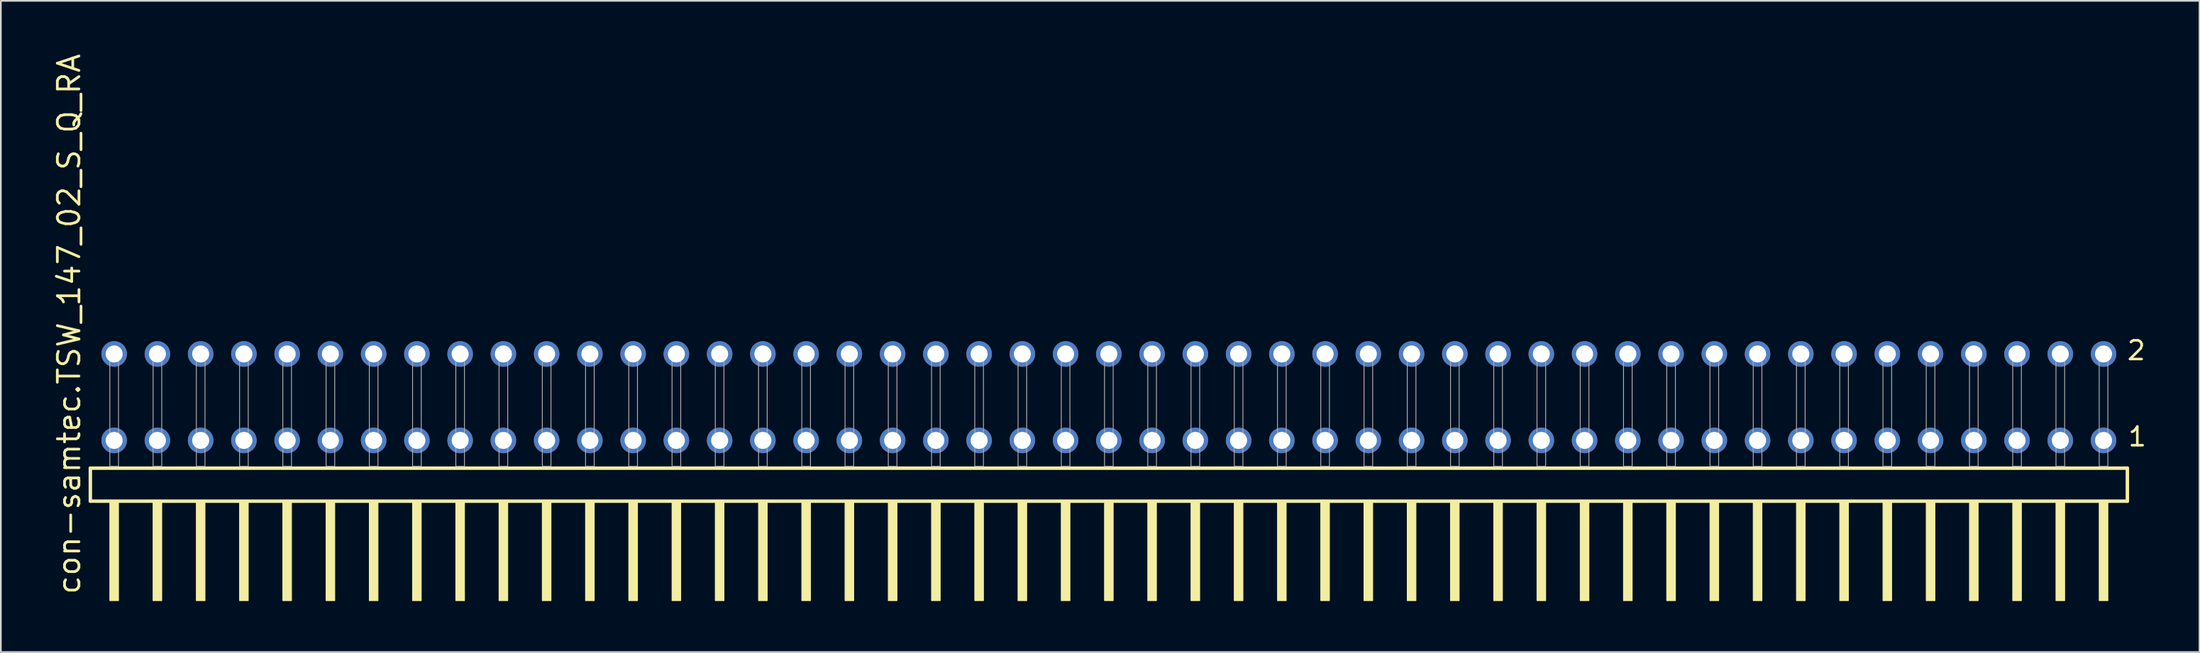
<source format=kicad_pcb>
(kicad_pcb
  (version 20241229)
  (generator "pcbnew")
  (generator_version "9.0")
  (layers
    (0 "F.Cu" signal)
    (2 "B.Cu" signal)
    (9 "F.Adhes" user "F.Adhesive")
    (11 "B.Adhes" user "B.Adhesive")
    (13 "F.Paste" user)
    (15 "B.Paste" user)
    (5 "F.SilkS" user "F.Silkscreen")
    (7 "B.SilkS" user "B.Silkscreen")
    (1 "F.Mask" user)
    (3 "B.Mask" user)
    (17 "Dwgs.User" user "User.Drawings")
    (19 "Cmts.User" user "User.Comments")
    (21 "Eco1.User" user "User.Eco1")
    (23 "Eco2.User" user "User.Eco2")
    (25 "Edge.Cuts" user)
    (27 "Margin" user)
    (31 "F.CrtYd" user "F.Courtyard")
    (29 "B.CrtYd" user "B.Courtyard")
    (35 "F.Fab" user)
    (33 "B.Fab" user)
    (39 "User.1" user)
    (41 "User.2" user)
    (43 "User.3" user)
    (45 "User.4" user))
  (footprint "con-samtec.TSW_147_02_S_Q_RA"
    (layer "F.Cu")
    (at 62.075 24.356)
    (property "Reference" "con-samtec.TSW_147_02_S_Q_RA" (at -60.325 7.62 90) (layer "F.SilkS") (effects (font (size 1.27 1.27) (thickness 0.16)) (justify left bottom)))
    (attr through_hole)
    (fp_line (start -59.819 0.106) (end -59.819 2.046) (stroke (width 0.203) (type default)) (layer "F.SilkS"))
    (fp_line (start -59.819 2.046) (end 59.819 2.046) (stroke (width 0.203) (type default)) (layer "F.SilkS"))
    (fp_line (start 59.819 0.106) (end -59.819 0.106) (stroke (width 0.203) (type default)) (layer "F.SilkS"))
    (fp_line (start 59.819 2.046) (end 59.819 0.106) (stroke (width 0.203) (type default)) (layer "F.SilkS"))
    (fp_rect (start -58.674 7.89) (end -58.166 2.04) (stroke (width 0.05) (type default)) (fill yes) (layer "F.SilkS"))
    (fp_rect (start -56.134 7.89) (end -55.626 2.04) (stroke (width 0.05) (type default)) (fill yes) (layer "F.SilkS"))
    (fp_rect (start -53.594 7.89) (end -53.086 2.04) (stroke (width 0.05) (type default)) (fill yes) (layer "F.SilkS"))
    (fp_rect (start -51.054 7.89) (end -50.546 2.04) (stroke (width 0.05) (type default)) (fill yes) (layer "F.SilkS"))
    (fp_rect (start -48.514 7.89) (end -48.006 2.04) (stroke (width 0.05) (type default)) (fill yes) (layer "F.SilkS"))
    (fp_rect (start -45.974 7.89) (end -45.466 2.04) (stroke (width 0.05) (type default)) (fill yes) (layer "F.SilkS"))
    (fp_rect (start -43.434 7.89) (end -42.926 2.04) (stroke (width 0.05) (type default)) (fill yes) (layer "F.SilkS"))
    (fp_rect (start -40.894 7.89) (end -40.386 2.04) (stroke (width 0.05) (type default)) (fill yes) (layer "F.SilkS"))
    (fp_rect (start -38.354 7.89) (end -37.846 2.04) (stroke (width 0.05) (type default)) (fill yes) (layer "F.SilkS"))
    (fp_rect (start -35.814 7.89) (end -35.306 2.04) (stroke (width 0.05) (type default)) (fill yes) (layer "F.SilkS"))
    (fp_rect (start -33.274 7.89) (end -32.766 2.04) (stroke (width 0.05) (type default)) (fill yes) (layer "F.SilkS"))
    (fp_rect (start -30.734 7.89) (end -30.226 2.04) (stroke (width 0.05) (type default)) (fill yes) (layer "F.SilkS"))
    (fp_rect (start -28.194 7.89) (end -27.686 2.04) (stroke (width 0.05) (type default)) (fill yes) (layer "F.SilkS"))
    (fp_rect (start -25.654 7.89) (end -25.146 2.04) (stroke (width 0.05) (type default)) (fill yes) (layer "F.SilkS"))
    (fp_rect (start -23.114 7.89) (end -22.606 2.04) (stroke (width 0.05) (type default)) (fill yes) (layer "F.SilkS"))
    (fp_rect (start -20.574 7.89) (end -20.066 2.04) (stroke (width 0.05) (type default)) (fill yes) (layer "F.SilkS"))
    (fp_rect (start -18.034 7.89) (end -17.526 2.04) (stroke (width 0.05) (type default)) (fill yes) (layer "F.SilkS"))
    (fp_rect (start -15.494 7.89) (end -14.986 2.04) (stroke (width 0.05) (type default)) (fill yes) (layer "F.SilkS"))
    (fp_rect (start -12.954 7.89) (end -12.446 2.04) (stroke (width 0.05) (type default)) (fill yes) (layer "F.SilkS"))
    (fp_rect (start -10.414 7.89) (end -9.906 2.04) (stroke (width 0.05) (type default)) (fill yes) (layer "F.SilkS"))
    (fp_rect (start -7.874 7.89) (end -7.366 2.04) (stroke (width 0.05) (type default)) (fill yes) (layer "F.SilkS"))
    (fp_rect (start -5.334 7.89) (end -4.826 2.04) (stroke (width 0.05) (type default)) (fill yes) (layer "F.SilkS"))
    (fp_rect (start -2.794 7.89) (end -2.286 2.04) (stroke (width 0.05) (type default)) (fill yes) (layer "F.SilkS"))
    (fp_rect (start -0.254 7.89) (end 0.254 2.04) (stroke (width 0.05) (type default)) (fill yes) (layer "F.SilkS"))
    (fp_rect (start 2.286 7.89) (end 2.794 2.04) (stroke (width 0.05) (type default)) (fill yes) (layer "F.SilkS"))
    (fp_rect (start 4.826 7.89) (end 5.334 2.04) (stroke (width 0.05) (type default)) (fill yes) (layer "F.SilkS"))
    (fp_rect (start 7.366 7.89) (end 7.874 2.04) (stroke (width 0.05) (type default)) (fill yes) (layer "F.SilkS"))
    (fp_rect (start 9.906 7.89) (end 10.414 2.04) (stroke (width 0.05) (type default)) (fill yes) (layer "F.SilkS"))
    (fp_rect (start 12.446 7.89) (end 12.954 2.04) (stroke (width 0.05) (type default)) (fill yes) (layer "F.SilkS"))
    (fp_rect (start 14.986 7.89) (end 15.494 2.04) (stroke (width 0.05) (type default)) (fill yes) (layer "F.SilkS"))
    (fp_rect (start 17.526 7.89) (end 18.034 2.04) (stroke (width 0.05) (type default)) (fill yes) (layer "F.SilkS"))
    (fp_rect (start 20.066 7.89) (end 20.574 2.04) (stroke (width 0.05) (type default)) (fill yes) (layer "F.SilkS"))
    (fp_rect (start 22.606 7.89) (end 23.114 2.04) (stroke (width 0.05) (type default)) (fill yes) (layer "F.SilkS"))
    (fp_rect (start 25.146 7.89) (end 25.654 2.04) (stroke (width 0.05) (type default)) (fill yes) (layer "F.SilkS"))
    (fp_rect (start 27.686 7.89) (end 28.194 2.04) (stroke (width 0.05) (type default)) (fill yes) (layer "F.SilkS"))
    (fp_rect (start 30.226 7.89) (end 30.734 2.04) (stroke (width 0.05) (type default)) (fill yes) (layer "F.SilkS"))
    (fp_rect (start 32.766 7.89) (end 33.274 2.04) (stroke (width 0.05) (type default)) (fill yes) (layer "F.SilkS"))
    (fp_rect (start 35.306 7.89) (end 35.814 2.04) (stroke (width 0.05) (type default)) (fill yes) (layer "F.SilkS"))
    (fp_rect (start 37.846 7.89) (end 38.354 2.04) (stroke (width 0.05) (type default)) (fill yes) (layer "F.SilkS"))
    (fp_rect (start 40.386 7.89) (end 40.894 2.04) (stroke (width 0.05) (type default)) (fill yes) (layer "F.SilkS"))
    (fp_rect (start 42.926 7.89) (end 43.434 2.04) (stroke (width 0.05) (type default)) (fill yes) (layer "F.SilkS"))
    (fp_rect (start 45.466 7.89) (end 45.974 2.04) (stroke (width 0.05) (type default)) (fill yes) (layer "F.SilkS"))
    (fp_rect (start 48.006 7.89) (end 48.514 2.04) (stroke (width 0.05) (type default)) (fill yes) (layer "F.SilkS"))
    (fp_rect (start 50.546 7.89) (end 51.054 2.04) (stroke (width 0.05) (type default)) (fill yes) (layer "F.SilkS"))
    (fp_rect (start 53.086 7.89) (end 53.594 2.04) (stroke (width 0.05) (type default)) (fill yes) (layer "F.SilkS"))
    (fp_rect (start 55.626 7.89) (end 56.134 2.04) (stroke (width 0.05) (type default)) (fill yes) (layer "F.SilkS"))
    (fp_rect (start 58.166 7.89) (end 58.674 2.04) (stroke (width 0.05) (type default)) (fill yes) (layer "F.SilkS"))
    (fp_rect (start -58.674 0) (end -58.166 -6.858) (stroke (width 0.05) (type default)) (fill no) (layer "F.Fab"))
    (fp_rect (start -56.134 0) (end -55.626 -6.858) (stroke (width 0.05) (type default)) (fill no) (layer "F.Fab"))
    (fp_rect (start -53.594 0) (end -53.086 -6.858) (stroke (width 0.05) (type default)) (fill no) (layer "F.Fab"))
    (fp_rect (start -51.054 0) (end -50.546 -6.858) (stroke (width 0.05) (type default)) (fill no) (layer "F.Fab"))
    (fp_rect (start -48.514 0) (end -48.006 -6.858) (stroke (width 0.05) (type default)) (fill no) (layer "F.Fab"))
    (fp_rect (start -45.974 0) (end -45.466 -6.858) (stroke (width 0.05) (type default)) (fill no) (layer "F.Fab"))
    (fp_rect (start -43.434 0) (end -42.926 -6.858) (stroke (width 0.05) (type default)) (fill no) (layer "F.Fab"))
    (fp_rect (start -40.894 0) (end -40.386 -6.858) (stroke (width 0.05) (type default)) (fill no) (layer "F.Fab"))
    (fp_rect (start -38.354 0) (end -37.846 -6.858) (stroke (width 0.05) (type default)) (fill no) (layer "F.Fab"))
    (fp_rect (start -35.814 0) (end -35.306 -6.858) (stroke (width 0.05) (type default)) (fill no) (layer "F.Fab"))
    (fp_rect (start -33.274 0) (end -32.766 -6.858) (stroke (width 0.05) (type default)) (fill no) (layer "F.Fab"))
    (fp_rect (start -30.734 0) (end -30.226 -6.858) (stroke (width 0.05) (type default)) (fill no) (layer "F.Fab"))
    (fp_rect (start -28.194 0) (end -27.686 -6.858) (stroke (width 0.05) (type default)) (fill no) (layer "F.Fab"))
    (fp_rect (start -25.654 0) (end -25.146 -6.858) (stroke (width 0.05) (type default)) (fill no) (layer "F.Fab"))
    (fp_rect (start -23.114 0) (end -22.606 -6.858) (stroke (width 0.05) (type default)) (fill no) (layer "F.Fab"))
    (fp_rect (start -20.574 0) (end -20.066 -6.858) (stroke (width 0.05) (type default)) (fill no) (layer "F.Fab"))
    (fp_rect (start -18.034 0) (end -17.526 -6.858) (stroke (width 0.05) (type default)) (fill no) (layer "F.Fab"))
    (fp_rect (start -15.494 0) (end -14.986 -6.858) (stroke (width 0.05) (type default)) (fill no) (layer "F.Fab"))
    (fp_rect (start -12.954 0) (end -12.446 -6.858) (stroke (width 0.05) (type default)) (fill no) (layer "F.Fab"))
    (fp_rect (start -10.414 0) (end -9.906 -6.858) (stroke (width 0.05) (type default)) (fill no) (layer "F.Fab"))
    (fp_rect (start -7.874 0) (end -7.366 -6.858) (stroke (width 0.05) (type default)) (fill no) (layer "F.Fab"))
    (fp_rect (start -5.334 0) (end -4.826 -6.858) (stroke (width 0.05) (type default)) (fill no) (layer "F.Fab"))
    (fp_rect (start -2.794 0) (end -2.286 -6.858) (stroke (width 0.05) (type default)) (fill no) (layer "F.Fab"))
    (fp_rect (start -0.254 0) (end 0.254 -6.858) (stroke (width 0.05) (type default)) (fill no) (layer "F.Fab"))
    (fp_rect (start 2.286 0) (end 2.794 -6.858) (stroke (width 0.05) (type default)) (fill no) (layer "F.Fab"))
    (fp_rect (start 4.826 0) (end 5.334 -6.858) (stroke (width 0.05) (type default)) (fill no) (layer "F.Fab"))
    (fp_rect (start 7.366 0) (end 7.874 -6.858) (stroke (width 0.05) (type default)) (fill no) (layer "F.Fab"))
    (fp_rect (start 9.906 0) (end 10.414 -6.858) (stroke (width 0.05) (type default)) (fill no) (layer "F.Fab"))
    (fp_rect (start 12.446 0) (end 12.954 -6.858) (stroke (width 0.05) (type default)) (fill no) (layer "F.Fab"))
    (fp_rect (start 14.986 0) (end 15.494 -6.858) (stroke (width 0.05) (type default)) (fill no) (layer "F.Fab"))
    (fp_rect (start 17.526 0) (end 18.034 -6.858) (stroke (width 0.05) (type default)) (fill no) (layer "F.Fab"))
    (fp_rect (start 20.066 0) (end 20.574 -6.858) (stroke (width 0.05) (type default)) (fill no) (layer "F.Fab"))
    (fp_rect (start 22.606 0) (end 23.114 -6.858) (stroke (width 0.05) (type default)) (fill no) (layer "F.Fab"))
    (fp_rect (start 25.146 0) (end 25.654 -6.858) (stroke (width 0.05) (type default)) (fill no) (layer "F.Fab"))
    (fp_rect (start 27.686 0) (end 28.194 -6.858) (stroke (width 0.05) (type default)) (fill no) (layer "F.Fab"))
    (fp_rect (start 30.226 0) (end 30.734 -6.858) (stroke (width 0.05) (type default)) (fill no) (layer "F.Fab"))
    (fp_rect (start 32.766 0) (end 33.274 -6.858) (stroke (width 0.05) (type default)) (fill no) (layer "F.Fab"))
    (fp_rect (start 35.306 0) (end 35.814 -6.858) (stroke (width 0.05) (type default)) (fill no) (layer "F.Fab"))
    (fp_rect (start 37.846 0) (end 38.354 -6.858) (stroke (width 0.05) (type default)) (fill no) (layer "F.Fab"))
    (fp_rect (start 40.386 0) (end 40.894 -6.858) (stroke (width 0.05) (type default)) (fill no) (layer "F.Fab"))
    (fp_rect (start 42.926 0) (end 43.434 -6.858) (stroke (width 0.05) (type default)) (fill no) (layer "F.Fab"))
    (fp_rect (start 45.466 0) (end 45.974 -6.858) (stroke (width 0.05) (type default)) (fill no) (layer "F.Fab"))
    (fp_rect (start 48.006 0) (end 48.514 -6.858) (stroke (width 0.05) (type default)) (fill no) (layer "F.Fab"))
    (fp_rect (start 50.546 0) (end 51.054 -6.858) (stroke (width 0.05) (type default)) (fill no) (layer "F.Fab"))
    (fp_rect (start 53.086 0) (end 53.594 -6.858) (stroke (width 0.05) (type default)) (fill no) (layer "F.Fab"))
    (fp_rect (start 55.626 0) (end 56.134 -6.858) (stroke (width 0.05) (type default)) (fill no) (layer "F.Fab"))
    (fp_rect (start 58.166 0) (end 58.674 -6.858) (stroke (width 0.05) (type default)) (fill no) (layer "F.Fab"))
    (fp_text user "1" (at 59.78 -1.1 0) (layer "F.SilkS") (effects (font (size 1.1 1.1) (thickness 0.15)) (justify left bottom)))
    (fp_text user "2" (at 59.72 -6.165 0) (layer "F.SilkS") (effects (font (size 1.1 1.1) (thickness 0.15)) (justify left bottom)))
    (pad "1" thru_hole circle (at 58.42 -1.524 180) (size 1.5 1.5) (drill 1) (layers "*.Cu" "*.Mask"))
    (pad "2" thru_hole circle (at 58.42 -6.604 180) (size 1.5 1.5) (drill 1) (layers "*.Cu" "*.Mask"))
    (pad "3" thru_hole circle (at 55.88 -1.524 180) (size 1.5 1.5) (drill 1) (layers "*.Cu" "*.Mask"))
    (pad "4" thru_hole circle (at 55.88 -6.604 180) (size 1.5 1.5) (drill 1) (layers "*.Cu" "*.Mask"))
    (pad "5" thru_hole circle (at 53.34 -1.524 180) (size 1.5 1.5) (drill 1) (layers "*.Cu" "*.Mask"))
    (pad "6" thru_hole circle (at 53.34 -6.604 180) (size 1.5 1.5) (drill 1) (layers "*.Cu" "*.Mask"))
    (pad "7" thru_hole circle (at 50.8 -1.524 180) (size 1.5 1.5) (drill 1) (layers "*.Cu" "*.Mask"))
    (pad "8" thru_hole circle (at 50.8 -6.604 180) (size 1.5 1.5) (drill 1) (layers "*.Cu" "*.Mask"))
    (pad "9" thru_hole circle (at 48.26 -1.524 180) (size 1.5 1.5) (drill 1) (layers "*.Cu" "*.Mask"))
    (pad "10" thru_hole circle (at 48.26 -6.604 180) (size 1.5 1.5) (drill 1) (layers "*.Cu" "*.Mask"))
    (pad "11" thru_hole circle (at 45.72 -1.524 180) (size 1.5 1.5) (drill 1) (layers "*.Cu" "*.Mask"))
    (pad "12" thru_hole circle (at 45.72 -6.604 180) (size 1.5 1.5) (drill 1) (layers "*.Cu" "*.Mask"))
    (pad "13" thru_hole circle (at 43.18 -1.524 180) (size 1.5 1.5) (drill 1) (layers "*.Cu" "*.Mask"))
    (pad "14" thru_hole circle (at 43.18 -6.604 180) (size 1.5 1.5) (drill 1) (layers "*.Cu" "*.Mask"))
    (pad "15" thru_hole circle (at 40.64 -1.524 180) (size 1.5 1.5) (drill 1) (layers "*.Cu" "*.Mask"))
    (pad "16" thru_hole circle (at 40.64 -6.604 180) (size 1.5 1.5) (drill 1) (layers "*.Cu" "*.Mask"))
    (pad "17" thru_hole circle (at 38.1 -1.524 180) (size 1.5 1.5) (drill 1) (layers "*.Cu" "*.Mask"))
    (pad "18" thru_hole circle (at 38.1 -6.604 180) (size 1.5 1.5) (drill 1) (layers "*.Cu" "*.Mask"))
    (pad "19" thru_hole circle (at 35.56 -1.524 180) (size 1.5 1.5) (drill 1) (layers "*.Cu" "*.Mask"))
    (pad "20" thru_hole circle (at 35.56 -6.604 180) (size 1.5 1.5) (drill 1) (layers "*.Cu" "*.Mask"))
    (pad "21" thru_hole circle (at 33.02 -1.524 180) (size 1.5 1.5) (drill 1) (layers "*.Cu" "*.Mask"))
    (pad "22" thru_hole circle (at 33.02 -6.604 180) (size 1.5 1.5) (drill 1) (layers "*.Cu" "*.Mask"))
    (pad "23" thru_hole circle (at 30.48 -1.524 180) (size 1.5 1.5) (drill 1) (layers "*.Cu" "*.Mask"))
    (pad "24" thru_hole circle (at 30.48 -6.604 180) (size 1.5 1.5) (drill 1) (layers "*.Cu" "*.Mask"))
    (pad "25" thru_hole circle (at 27.94 -1.524 180) (size 1.5 1.5) (drill 1) (layers "*.Cu" "*.Mask"))
    (pad "26" thru_hole circle (at 27.94 -6.604 180) (size 1.5 1.5) (drill 1) (layers "*.Cu" "*.Mask"))
    (pad "27" thru_hole circle (at 25.4 -1.524 180) (size 1.5 1.5) (drill 1) (layers "*.Cu" "*.Mask"))
    (pad "28" thru_hole circle (at 25.4 -6.604 180) (size 1.5 1.5) (drill 1) (layers "*.Cu" "*.Mask"))
    (pad "29" thru_hole circle (at 22.86 -1.524 180) (size 1.5 1.5) (drill 1) (layers "*.Cu" "*.Mask"))
    (pad "30" thru_hole circle (at 22.86 -6.604 180) (size 1.5 1.5) (drill 1) (layers "*.Cu" "*.Mask"))
    (pad "31" thru_hole circle (at 20.32 -1.524 180) (size 1.5 1.5) (drill 1) (layers "*.Cu" "*.Mask"))
    (pad "32" thru_hole circle (at 20.32 -6.604 180) (size 1.5 1.5) (drill 1) (layers "*.Cu" "*.Mask"))
    (pad "33" thru_hole circle (at 17.78 -1.524 180) (size 1.5 1.5) (drill 1) (layers "*.Cu" "*.Mask"))
    (pad "34" thru_hole circle (at 17.78 -6.604 180) (size 1.5 1.5) (drill 1) (layers "*.Cu" "*.Mask"))
    (pad "35" thru_hole circle (at 15.24 -1.524 180) (size 1.5 1.5) (drill 1) (layers "*.Cu" "*.Mask"))
    (pad "36" thru_hole circle (at 15.24 -6.604 180) (size 1.5 1.5) (drill 1) (layers "*.Cu" "*.Mask"))
    (pad "37" thru_hole circle (at 12.7 -1.524 180) (size 1.5 1.5) (drill 1) (layers "*.Cu" "*.Mask"))
    (pad "38" thru_hole circle (at 12.7 -6.604 180) (size 1.5 1.5) (drill 1) (layers "*.Cu" "*.Mask"))
    (pad "39" thru_hole circle (at 10.16 -1.524 180) (size 1.5 1.5) (drill 1) (layers "*.Cu" "*.Mask"))
    (pad "40" thru_hole circle (at 10.16 -6.604 180) (size 1.5 1.5) (drill 1) (layers "*.Cu" "*.Mask"))
    (pad "41" thru_hole circle (at 7.62 -1.524 180) (size 1.5 1.5) (drill 1) (layers "*.Cu" "*.Mask"))
    (pad "42" thru_hole circle (at 7.62 -6.604 180) (size 1.5 1.5) (drill 1) (layers "*.Cu" "*.Mask"))
    (pad "43" thru_hole circle (at 5.08 -1.524 180) (size 1.5 1.5) (drill 1) (layers "*.Cu" "*.Mask"))
    (pad "44" thru_hole circle (at 5.08 -6.604 180) (size 1.5 1.5) (drill 1) (layers "*.Cu" "*.Mask"))
    (pad "45" thru_hole circle (at 2.54 -1.524 180) (size 1.5 1.5) (drill 1) (layers "*.Cu" "*.Mask"))
    (pad "46" thru_hole circle (at 2.54 -6.604 180) (size 1.5 1.5) (drill 1) (layers "*.Cu" "*.Mask"))
    (pad "47" thru_hole circle (at 0 -1.524 180) (size 1.5 1.5) (drill 1) (layers "*.Cu" "*.Mask"))
    (pad "48" thru_hole circle (at 0 -6.604 180) (size 1.5 1.5) (drill 1) (layers "*.Cu" "*.Mask"))
    (pad "49" thru_hole circle (at -2.54 -1.524 180) (size 1.5 1.5) (drill 1) (layers "*.Cu" "*.Mask"))
    (pad "50" thru_hole circle (at -2.54 -6.604 180) (size 1.5 1.5) (drill 1) (layers "*.Cu" "*.Mask"))
    (pad "51" thru_hole circle (at -5.08 -1.524 180) (size 1.5 1.5) (drill 1) (layers "*.Cu" "*.Mask"))
    (pad "52" thru_hole circle (at -5.08 -6.604 180) (size 1.5 1.5) (drill 1) (layers "*.Cu" "*.Mask"))
    (pad "53" thru_hole circle (at -7.62 -1.524 180) (size 1.5 1.5) (drill 1) (layers "*.Cu" "*.Mask"))
    (pad "54" thru_hole circle (at -7.62 -6.604 180) (size 1.5 1.5) (drill 1) (layers "*.Cu" "*.Mask"))
    (pad "55" thru_hole circle (at -10.16 -1.524 180) (size 1.5 1.5) (drill 1) (layers "*.Cu" "*.Mask"))
    (pad "56" thru_hole circle (at -10.16 -6.604 180) (size 1.5 1.5) (drill 1) (layers "*.Cu" "*.Mask"))
    (pad "57" thru_hole circle (at -12.7 -1.524 180) (size 1.5 1.5) (drill 1) (layers "*.Cu" "*.Mask"))
    (pad "58" thru_hole circle (at -12.7 -6.604 180) (size 1.5 1.5) (drill 1) (layers "*.Cu" "*.Mask"))
    (pad "59" thru_hole circle (at -15.24 -1.524 180) (size 1.5 1.5) (drill 1) (layers "*.Cu" "*.Mask"))
    (pad "60" thru_hole circle (at -15.24 -6.604 180) (size 1.5 1.5) (drill 1) (layers "*.Cu" "*.Mask"))
    (pad "61" thru_hole circle (at -17.78 -1.524 180) (size 1.5 1.5) (drill 1) (layers "*.Cu" "*.Mask"))
    (pad "62" thru_hole circle (at -17.78 -6.604 180) (size 1.5 1.5) (drill 1) (layers "*.Cu" "*.Mask"))
    (pad "63" thru_hole circle (at -20.32 -1.524 180) (size 1.5 1.5) (drill 1) (layers "*.Cu" "*.Mask"))
    (pad "64" thru_hole circle (at -20.32 -6.604 180) (size 1.5 1.5) (drill 1) (layers "*.Cu" "*.Mask"))
    (pad "65" thru_hole circle (at -22.86 -1.524 180) (size 1.5 1.5) (drill 1) (layers "*.Cu" "*.Mask"))
    (pad "66" thru_hole circle (at -22.86 -6.604 180) (size 1.5 1.5) (drill 1) (layers "*.Cu" "*.Mask"))
    (pad "67" thru_hole circle (at -25.4 -1.524 180) (size 1.5 1.5) (drill 1) (layers "*.Cu" "*.Mask"))
    (pad "68" thru_hole circle (at -25.4 -6.604 180) (size 1.5 1.5) (drill 1) (layers "*.Cu" "*.Mask"))
    (pad "69" thru_hole circle (at -27.94 -1.524 180) (size 1.5 1.5) (drill 1) (layers "*.Cu" "*.Mask"))
    (pad "70" thru_hole circle (at -27.94 -6.604 180) (size 1.5 1.5) (drill 1) (layers "*.Cu" "*.Mask"))
    (pad "71" thru_hole circle (at -30.48 -1.524 180) (size 1.5 1.5) (drill 1) (layers "*.Cu" "*.Mask"))
    (pad "72" thru_hole circle (at -30.48 -6.604 180) (size 1.5 1.5) (drill 1) (layers "*.Cu" "*.Mask"))
    (pad "73" thru_hole circle (at -33.02 -1.524 180) (size 1.5 1.5) (drill 1) (layers "*.Cu" "*.Mask"))
    (pad "74" thru_hole circle (at -33.02 -6.604 180) (size 1.5 1.5) (drill 1) (layers "*.Cu" "*.Mask"))
    (pad "75" thru_hole circle (at -35.56 -1.524 180) (size 1.5 1.5) (drill 1) (layers "*.Cu" "*.Mask"))
    (pad "76" thru_hole circle (at -35.56 -6.604 180) (size 1.5 1.5) (drill 1) (layers "*.Cu" "*.Mask"))
    (pad "77" thru_hole circle (at -38.1 -1.524 180) (size 1.5 1.5) (drill 1) (layers "*.Cu" "*.Mask"))
    (pad "78" thru_hole circle (at -38.1 -6.604 180) (size 1.5 1.5) (drill 1) (layers "*.Cu" "*.Mask"))
    (pad "79" thru_hole circle (at -40.64 -1.524 180) (size 1.5 1.5) (drill 1) (layers "*.Cu" "*.Mask"))
    (pad "80" thru_hole circle (at -40.64 -6.604 180) (size 1.5 1.5) (drill 1) (layers "*.Cu" "*.Mask"))
    (pad "81" thru_hole circle (at -43.18 -1.524 180) (size 1.5 1.5) (drill 1) (layers "*.Cu" "*.Mask"))
    (pad "82" thru_hole circle (at -43.18 -6.604 180) (size 1.5 1.5) (drill 1) (layers "*.Cu" "*.Mask"))
    (pad "83" thru_hole circle (at -45.72 -1.524 180) (size 1.5 1.5) (drill 1) (layers "*.Cu" "*.Mask"))
    (pad "84" thru_hole circle (at -45.72 -6.604 180) (size 1.5 1.5) (drill 1) (layers "*.Cu" "*.Mask"))
    (pad "85" thru_hole circle (at -48.26 -1.524 180) (size 1.5 1.5) (drill 1) (layers "*.Cu" "*.Mask"))
    (pad "86" thru_hole circle (at -48.26 -6.604 180) (size 1.5 1.5) (drill 1) (layers "*.Cu" "*.Mask"))
    (pad "87" thru_hole circle (at -50.8 -1.524 180) (size 1.5 1.5) (drill 1) (layers "*.Cu" "*.Mask"))
    (pad "88" thru_hole circle (at -50.8 -6.604 180) (size 1.5 1.5) (drill 1) (layers "*.Cu" "*.Mask"))
    (pad "89" thru_hole circle (at -53.34 -1.524 180) (size 1.5 1.5) (drill 1) (layers "*.Cu" "*.Mask"))
    (pad "90" thru_hole circle (at -53.34 -6.604 180) (size 1.5 1.5) (drill 1) (layers "*.Cu" "*.Mask"))
    (pad "91" thru_hole circle (at -55.88 -1.524 180) (size 1.5 1.5) (drill 1) (layers "*.Cu" "*.Mask"))
    (pad "92" thru_hole circle (at -55.88 -6.604 180) (size 1.5 1.5) (drill 1) (layers "*.Cu" "*.Mask"))
    (pad "93" thru_hole circle (at -58.42 -1.524 180) (size 1.5 1.5) (drill 1) (layers "*.Cu" "*.Mask"))
    (pad "94" thru_hole circle (at -58.42 -6.604 180) (size 1.5 1.5) (drill 1) (layers "*.Cu" "*.Mask")))
  (gr_rect
    (start -3 -3)
    (end 126.133 35.271)
    (stroke (width 0.1) (type default))
    (fill no)
    (layer "Edge.Cuts")))
</source>
